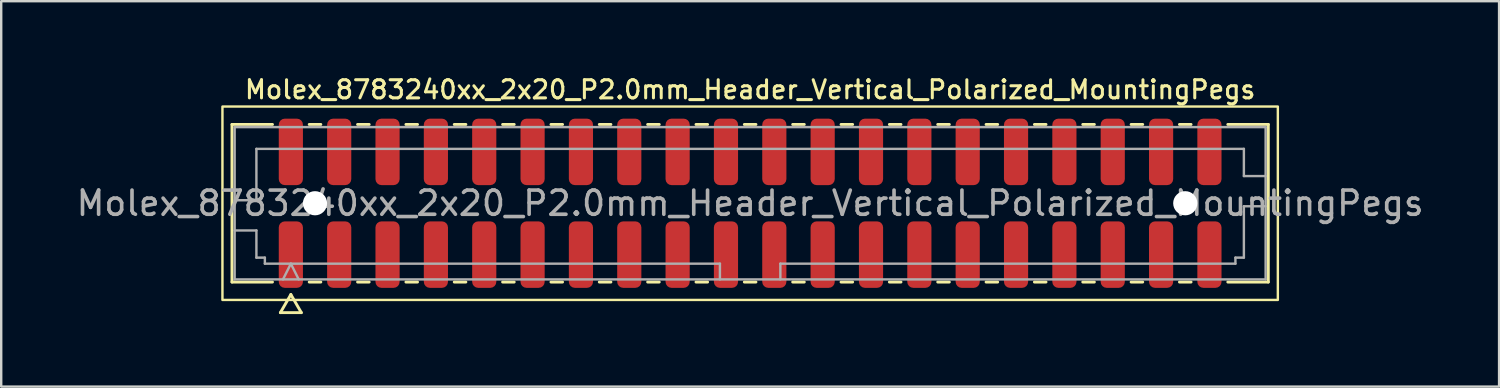
<source format=kicad_pcb>
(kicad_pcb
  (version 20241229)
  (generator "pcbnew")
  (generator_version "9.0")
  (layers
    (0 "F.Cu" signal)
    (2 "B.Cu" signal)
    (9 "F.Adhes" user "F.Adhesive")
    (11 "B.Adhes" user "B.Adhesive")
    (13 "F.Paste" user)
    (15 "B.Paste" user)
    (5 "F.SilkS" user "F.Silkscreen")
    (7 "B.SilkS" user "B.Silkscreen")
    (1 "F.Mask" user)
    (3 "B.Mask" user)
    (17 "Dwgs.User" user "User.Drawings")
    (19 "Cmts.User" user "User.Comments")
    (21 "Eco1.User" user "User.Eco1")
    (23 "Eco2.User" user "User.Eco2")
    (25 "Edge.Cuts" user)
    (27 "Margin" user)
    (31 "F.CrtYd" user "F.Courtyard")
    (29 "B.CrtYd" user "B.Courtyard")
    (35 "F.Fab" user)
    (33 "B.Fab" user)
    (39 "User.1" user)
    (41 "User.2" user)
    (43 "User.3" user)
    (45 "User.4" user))
  (footprint "Molex_8783240xx_2x20_P2.0mm_Header_Vertical_Polarized_MountingPegs"
    (layer "F.Cu")
    (at 27.982 5.358)
    (property "Reference" "Molex_8783240xx_2x20_P2.0mm_Header_Vertical_Polarized_MountingPegs" (at 0 -4.7 0) (layer "F.SilkS") (effects (font (size 0.75 0.75) (thickness 0.125))))
    (attr smd)
    (fp_line (start -21.435 -3.26) (end -19.76 -3.26) (stroke (width 0.12) (type solid)) (layer "F.SilkS"))
    (fp_line (start -21.435 3.26) (end -21.435 -3.26) (stroke (width 0.12) (type solid)) (layer "F.SilkS"))
    (fp_line (start -19.76 3.26) (end -21.435 3.26) (stroke (width 0.12) (type solid)) (layer "F.SilkS"))
    (fp_line (start -19.433 4.525) (end -19 3.775) (stroke (width 0.12) (type solid)) (layer "F.SilkS"))
    (fp_line (start -19 3.775) (end -18.567 4.525) (stroke (width 0.12) (type solid)) (layer "F.SilkS"))
    (fp_line (start -18.567 4.525) (end -19.433 4.525) (stroke (width 0.12) (type solid)) (layer "F.SilkS"))
    (fp_line (start -18.24 -3.26) (end -17.76 -3.26) (stroke (width 0.12) (type solid)) (layer "F.SilkS"))
    (fp_line (start -17.76 3.26) (end -18.24 3.26) (stroke (width 0.12) (type solid)) (layer "F.SilkS"))
    (fp_line (start -16.24 -3.26) (end -15.76 -3.26) (stroke (width 0.12) (type solid)) (layer "F.SilkS"))
    (fp_line (start -15.76 3.26) (end -16.24 3.26) (stroke (width 0.12) (type solid)) (layer "F.SilkS"))
    (fp_line (start -14.24 -3.26) (end -13.76 -3.26) (stroke (width 0.12) (type solid)) (layer "F.SilkS"))
    (fp_line (start -13.76 3.26) (end -14.24 3.26) (stroke (width 0.12) (type solid)) (layer "F.SilkS"))
    (fp_line (start -12.24 -3.26) (end -11.76 -3.26) (stroke (width 0.12) (type solid)) (layer "F.SilkS"))
    (fp_line (start -11.76 3.26) (end -12.24 3.26) (stroke (width 0.12) (type solid)) (layer "F.SilkS"))
    (fp_line (start -10.24 -3.26) (end -9.76 -3.26) (stroke (width 0.12) (type solid)) (layer "F.SilkS"))
    (fp_line (start -9.76 3.26) (end -10.24 3.26) (stroke (width 0.12) (type solid)) (layer "F.SilkS"))
    (fp_line (start -8.24 -3.26) (end -7.76 -3.26) (stroke (width 0.12) (type solid)) (layer "F.SilkS"))
    (fp_line (start -7.76 3.26) (end -8.24 3.26) (stroke (width 0.12) (type solid)) (layer "F.SilkS"))
    (fp_line (start -6.24 -3.26) (end -5.76 -3.26) (stroke (width 0.12) (type solid)) (layer "F.SilkS"))
    (fp_line (start -5.76 3.26) (end -6.24 3.26) (stroke (width 0.12) (type solid)) (layer "F.SilkS"))
    (fp_line (start -4.24 -3.26) (end -3.76 -3.26) (stroke (width 0.12) (type solid)) (layer "F.SilkS"))
    (fp_line (start -3.76 3.26) (end -4.24 3.26) (stroke (width 0.12) (type solid)) (layer "F.SilkS"))
    (fp_line (start -2.24 -3.26) (end -1.76 -3.26) (stroke (width 0.12) (type solid)) (layer "F.SilkS"))
    (fp_line (start -1.76 3.26) (end -2.24 3.26) (stroke (width 0.12) (type solid)) (layer "F.SilkS"))
    (fp_line (start -0.24 -3.26) (end 0.24 -3.26) (stroke (width 0.12) (type solid)) (layer "F.SilkS"))
    (fp_line (start 0.24 3.26) (end -0.24 3.26) (stroke (width 0.12) (type solid)) (layer "F.SilkS"))
    (fp_line (start 1.76 -3.26) (end 2.24 -3.26) (stroke (width 0.12) (type solid)) (layer "F.SilkS"))
    (fp_line (start 2.24 3.26) (end 1.76 3.26) (stroke (width 0.12) (type solid)) (layer "F.SilkS"))
    (fp_line (start 3.76 -3.26) (end 4.24 -3.26) (stroke (width 0.12) (type solid)) (layer "F.SilkS"))
    (fp_line (start 4.24 3.26) (end 3.76 3.26) (stroke (width 0.12) (type solid)) (layer "F.SilkS"))
    (fp_line (start 5.76 -3.26) (end 6.24 -3.26) (stroke (width 0.12) (type solid)) (layer "F.SilkS"))
    (fp_line (start 6.24 3.26) (end 5.76 3.26) (stroke (width 0.12) (type solid)) (layer "F.SilkS"))
    (fp_line (start 7.76 -3.26) (end 8.24 -3.26) (stroke (width 0.12) (type solid)) (layer "F.SilkS"))
    (fp_line (start 8.24 3.26) (end 7.76 3.26) (stroke (width 0.12) (type solid)) (layer "F.SilkS"))
    (fp_line (start 9.76 -3.26) (end 10.24 -3.26) (stroke (width 0.12) (type solid)) (layer "F.SilkS"))
    (fp_line (start 10.24 3.26) (end 9.76 3.26) (stroke (width 0.12) (type solid)) (layer "F.SilkS"))
    (fp_line (start 11.76 -3.26) (end 12.24 -3.26) (stroke (width 0.12) (type solid)) (layer "F.SilkS"))
    (fp_line (start 12.24 3.26) (end 11.76 3.26) (stroke (width 0.12) (type solid)) (layer "F.SilkS"))
    (fp_line (start 13.76 -3.26) (end 14.24 -3.26) (stroke (width 0.12) (type solid)) (layer "F.SilkS"))
    (fp_line (start 14.24 3.26) (end 13.76 3.26) (stroke (width 0.12) (type solid)) (layer "F.SilkS"))
    (fp_line (start 15.76 -3.26) (end 16.24 -3.26) (stroke (width 0.12) (type solid)) (layer "F.SilkS"))
    (fp_line (start 16.24 3.26) (end 15.76 3.26) (stroke (width 0.12) (type solid)) (layer "F.SilkS"))
    (fp_line (start 17.76 -3.26) (end 18.24 -3.26) (stroke (width 0.12) (type solid)) (layer "F.SilkS"))
    (fp_line (start 18.24 3.26) (end 17.76 3.26) (stroke (width 0.12) (type solid)) (layer "F.SilkS"))
    (fp_line (start 19.76 -3.26) (end 21.435 -3.26) (stroke (width 0.12) (type solid)) (layer "F.SilkS"))
    (fp_line (start 21.435 -3.26) (end 21.435 3.26) (stroke (width 0.12) (type solid)) (layer "F.SilkS"))
    (fp_line (start 21.435 3.26) (end 19.76 3.26) (stroke (width 0.12) (type solid)) (layer "F.SilkS"))
    (fp_rect (start -21.83 -4) (end 21.83 4) (stroke (width 0.1) (type solid)) (fill no) (layer "F.SilkS"))
    (fp_line (start -21.325 -3.15) (end 21.325 -3.15) (stroke (width 0.1) (type solid)) (layer "F.Fab"))
    (fp_line (start -21.325 -0.125) (end -20.425 -0.125) (stroke (width 0.1) (type solid)) (layer "F.Fab"))
    (fp_line (start -21.325 1.125) (end -20.425 1.125) (stroke (width 0.1) (type solid)) (layer "F.Fab"))
    (fp_line (start -21.325 3.15) (end -21.325 -3.15) (stroke (width 0.1) (type solid)) (layer "F.Fab"))
    (fp_line (start -20.425 -2.25) (end 20.425 -2.25) (stroke (width 0.1) (type solid)) (layer "F.Fab"))
    (fp_line (start -20.425 -0.125) (end -20.425 -2.25) (stroke (width 0.1) (type solid)) (layer "F.Fab"))
    (fp_line (start -20.425 1.125) (end -20.425 2.25) (stroke (width 0.1) (type solid)) (layer "F.Fab"))
    (fp_line (start -20.425 2.25) (end -20.075 2.25) (stroke (width 0.1) (type solid)) (layer "F.Fab"))
    (fp_line (start -20.075 2.25) (end -20.075 2.5) (stroke (width 0.1) (type solid)) (layer "F.Fab"))
    (fp_line (start -20.075 2.5) (end -1.25 2.5) (stroke (width 0.1) (type solid)) (layer "F.Fab"))
    (fp_line (start -19.325 3.15) (end -19 2.5) (stroke (width 0.1) (type solid)) (layer "F.Fab"))
    (fp_line (start -19 2.5) (end -18.675 3.15) (stroke (width 0.1) (type solid)) (layer "F.Fab"))
    (fp_line (start -1.25 2.5) (end -1.25 3.15) (stroke (width 0.1) (type solid)) (layer "F.Fab"))
    (fp_line (start 1.25 2.5) (end 1.25 3.15) (stroke (width 0.1) (type solid)) (layer "F.Fab"))
    (fp_line (start 1.25 2.5) (end 20.075 2.5) (stroke (width 0.1) (type solid)) (layer "F.Fab"))
    (fp_line (start 20.075 2.25) (end 20.425 2.25) (stroke (width 0.1) (type solid)) (layer "F.Fab"))
    (fp_line (start 20.075 2.5) (end 20.075 2.25) (stroke (width 0.1) (type solid)) (layer "F.Fab"))
    (fp_line (start 20.425 -2.25) (end 20.425 -1.125) (stroke (width 0.1) (type solid)) (layer "F.Fab"))
    (fp_line (start 20.425 -1.125) (end 21.325 -1.125) (stroke (width 0.1) (type solid)) (layer "F.Fab"))
    (fp_line (start 20.425 0.125) (end 21.325 0.125) (stroke (width 0.1) (type solid)) (layer "F.Fab"))
    (fp_line (start 20.425 2.25) (end 20.425 0.125) (stroke (width 0.1) (type solid)) (layer "F.Fab"))
    (fp_line (start 21.325 -3.15) (end 21.325 3.15) (stroke (width 0.1) (type solid)) (layer "F.Fab"))
    (fp_line (start 21.325 3.15) (end -21.325 3.15) (stroke (width 0.1) (type solid)) (layer "F.Fab"))
    (fp_text user "${REFERENCE}" (at 0 0 0) (layer "F.Fab") (effects (font (size 1 1) (thickness 0.15))))
    (pad "" np_thru_hole circle (at -18 0) (size 1 1) (drill 1) (layers "*.Cu" "*.Mask"))
    (pad "" np_thru_hole circle (at 18 0) (size 1 1) (drill 1) (layers "*.Cu" "*.Mask"))
    (pad "1" smd roundrect (at -19 2.125) (size 1 2.75) (layers "F.Cu" "F.Mask" "F.Paste") (roundrect_rratio 0.25))
    (pad "2" smd roundrect (at -19 -2.125) (size 1 2.75) (layers "F.Cu" "F.Mask" "F.Paste") (roundrect_rratio 0.25))
    (pad "3" smd roundrect (at -17 2.125) (size 1 2.75) (layers "F.Cu" "F.Mask" "F.Paste") (roundrect_rratio 0.25))
    (pad "4" smd roundrect (at -17 -2.125) (size 1 2.75) (layers "F.Cu" "F.Mask" "F.Paste") (roundrect_rratio 0.25))
    (pad "5" smd roundrect (at -15 2.125) (size 1 2.75) (layers "F.Cu" "F.Mask" "F.Paste") (roundrect_rratio 0.25))
    (pad "6" smd roundrect (at -15 -2.125) (size 1 2.75) (layers "F.Cu" "F.Mask" "F.Paste") (roundrect_rratio 0.25))
    (pad "7" smd roundrect (at -13 2.125) (size 1 2.75) (layers "F.Cu" "F.Mask" "F.Paste") (roundrect_rratio 0.25))
    (pad "8" smd roundrect (at -13 -2.125) (size 1 2.75) (layers "F.Cu" "F.Mask" "F.Paste") (roundrect_rratio 0.25))
    (pad "9" smd roundrect (at -11 2.125) (size 1 2.75) (layers "F.Cu" "F.Mask" "F.Paste") (roundrect_rratio 0.25))
    (pad "10" smd roundrect (at -11 -2.125) (size 1 2.75) (layers "F.Cu" "F.Mask" "F.Paste") (roundrect_rratio 0.25))
    (pad "11" smd roundrect (at -9 2.125) (size 1 2.75) (layers "F.Cu" "F.Mask" "F.Paste") (roundrect_rratio 0.25))
    (pad "12" smd roundrect (at -9 -2.125) (size 1 2.75) (layers "F.Cu" "F.Mask" "F.Paste") (roundrect_rratio 0.25))
    (pad "13" smd roundrect (at -7 2.125) (size 1 2.75) (layers "F.Cu" "F.Mask" "F.Paste") (roundrect_rratio 0.25))
    (pad "14" smd roundrect (at -7 -2.125) (size 1 2.75) (layers "F.Cu" "F.Mask" "F.Paste") (roundrect_rratio 0.25))
    (pad "15" smd roundrect (at -5 2.125) (size 1 2.75) (layers "F.Cu" "F.Mask" "F.Paste") (roundrect_rratio 0.25))
    (pad "16" smd roundrect (at -5 -2.125) (size 1 2.75) (layers "F.Cu" "F.Mask" "F.Paste") (roundrect_rratio 0.25))
    (pad "17" smd roundrect (at -3 2.125) (size 1 2.75) (layers "F.Cu" "F.Mask" "F.Paste") (roundrect_rratio 0.25))
    (pad "18" smd roundrect (at -3 -2.125) (size 1 2.75) (layers "F.Cu" "F.Mask" "F.Paste") (roundrect_rratio 0.25))
    (pad "19" smd roundrect (at -1 2.125) (size 1 2.75) (layers "F.Cu" "F.Mask" "F.Paste") (roundrect_rratio 0.25))
    (pad "20" smd roundrect (at -1 -2.125) (size 1 2.75) (layers "F.Cu" "F.Mask" "F.Paste") (roundrect_rratio 0.25))
    (pad "21" smd roundrect (at 1 2.125) (size 1 2.75) (layers "F.Cu" "F.Mask" "F.Paste") (roundrect_rratio 0.25))
    (pad "22" smd roundrect (at 1 -2.125) (size 1 2.75) (layers "F.Cu" "F.Mask" "F.Paste") (roundrect_rratio 0.25))
    (pad "23" smd roundrect (at 3 2.125) (size 1 2.75) (layers "F.Cu" "F.Mask" "F.Paste") (roundrect_rratio 0.25))
    (pad "24" smd roundrect (at 3 -2.125) (size 1 2.75) (layers "F.Cu" "F.Mask" "F.Paste") (roundrect_rratio 0.25))
    (pad "25" smd roundrect (at 5 2.125) (size 1 2.75) (layers "F.Cu" "F.Mask" "F.Paste") (roundrect_rratio 0.25))
    (pad "26" smd roundrect (at 5 -2.125) (size 1 2.75) (layers "F.Cu" "F.Mask" "F.Paste") (roundrect_rratio 0.25))
    (pad "27" smd roundrect (at 7 2.125) (size 1 2.75) (layers "F.Cu" "F.Mask" "F.Paste") (roundrect_rratio 0.25))
    (pad "28" smd roundrect (at 7 -2.125) (size 1 2.75) (layers "F.Cu" "F.Mask" "F.Paste") (roundrect_rratio 0.25))
    (pad "29" smd roundrect (at 9 2.125) (size 1 2.75) (layers "F.Cu" "F.Mask" "F.Paste") (roundrect_rratio 0.25))
    (pad "30" smd roundrect (at 9 -2.125) (size 1 2.75) (layers "F.Cu" "F.Mask" "F.Paste") (roundrect_rratio 0.25))
    (pad "31" smd roundrect (at 11 2.125) (size 1 2.75) (layers "F.Cu" "F.Mask" "F.Paste") (roundrect_rratio 0.25))
    (pad "32" smd roundrect (at 11 -2.125) (size 1 2.75) (layers "F.Cu" "F.Mask" "F.Paste") (roundrect_rratio 0.25))
    (pad "33" smd roundrect (at 13 2.125) (size 1 2.75) (layers "F.Cu" "F.Mask" "F.Paste") (roundrect_rratio 0.25))
    (pad "34" smd roundrect (at 13 -2.125) (size 1 2.75) (layers "F.Cu" "F.Mask" "F.Paste") (roundrect_rratio 0.25))
    (pad "35" smd roundrect (at 15 2.125) (size 1 2.75) (layers "F.Cu" "F.Mask" "F.Paste") (roundrect_rratio 0.25))
    (pad "36" smd roundrect (at 15 -2.125) (size 1 2.75) (layers "F.Cu" "F.Mask" "F.Paste") (roundrect_rratio 0.25))
    (pad "37" smd roundrect (at 17 2.125) (size 1 2.75) (layers "F.Cu" "F.Mask" "F.Paste") (roundrect_rratio 0.25))
    (pad "38" smd roundrect (at 17 -2.125) (size 1 2.75) (layers "F.Cu" "F.Mask" "F.Paste") (roundrect_rratio 0.25))
    (pad "39" smd roundrect (at 19 2.125) (size 1 2.75) (layers "F.Cu" "F.Mask" "F.Paste") (roundrect_rratio 0.25))
    (pad "40" smd roundrect (at 19 -2.125) (size 1 2.75) (layers "F.Cu" "F.Mask" "F.Paste") (roundrect_rratio 0.25)))
  (gr_rect
    (start -3 -3)
    (end 58.964 12.943)
    (stroke (width 0.1) (type default))
    (fill no)
    (layer "Edge.Cuts")))
</source>
